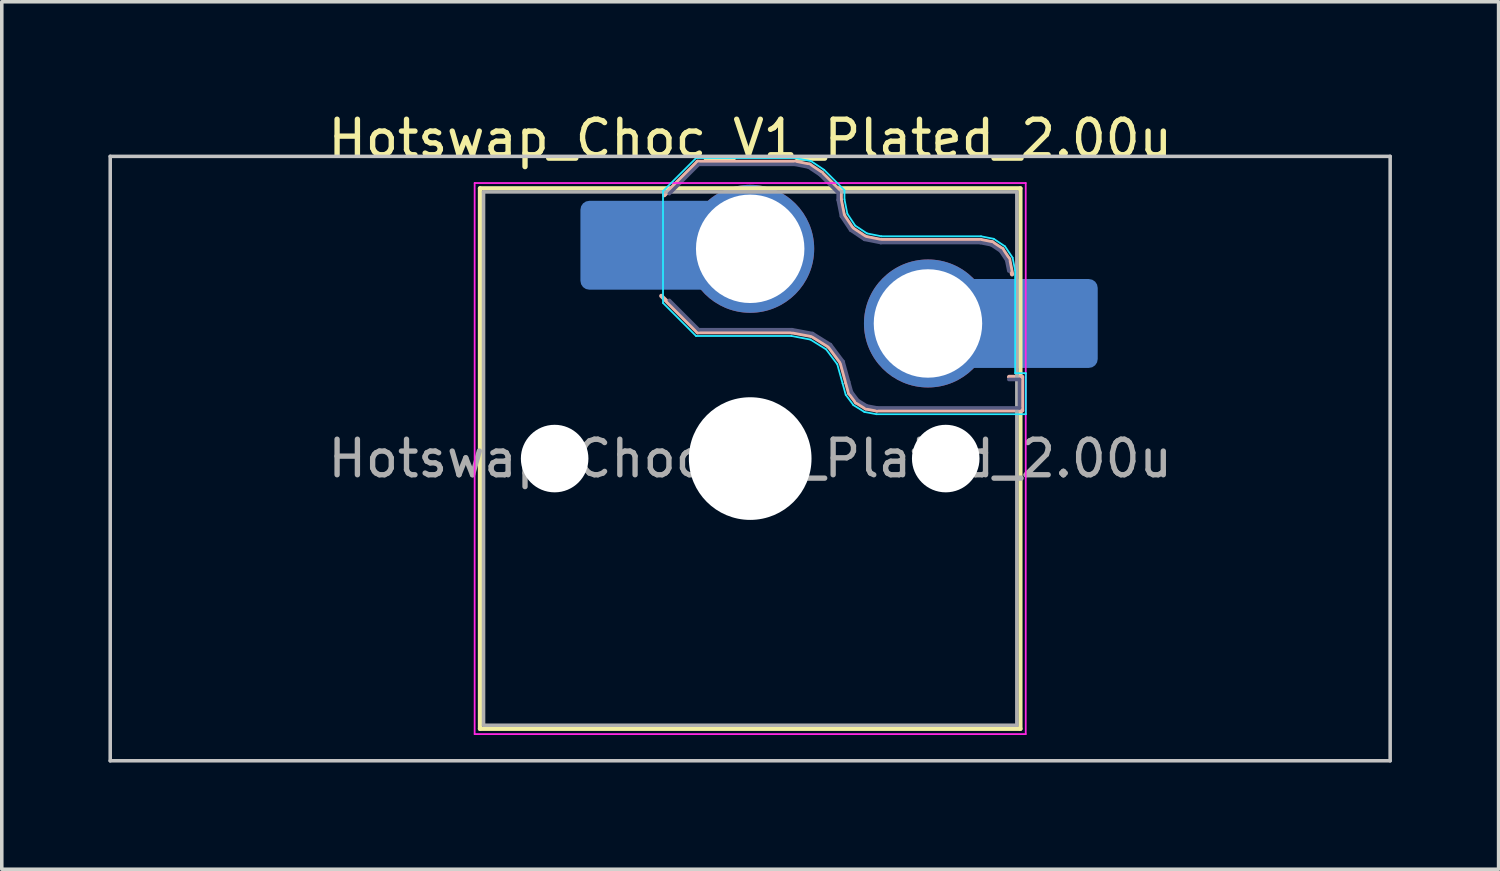
<source format=kicad_pcb>
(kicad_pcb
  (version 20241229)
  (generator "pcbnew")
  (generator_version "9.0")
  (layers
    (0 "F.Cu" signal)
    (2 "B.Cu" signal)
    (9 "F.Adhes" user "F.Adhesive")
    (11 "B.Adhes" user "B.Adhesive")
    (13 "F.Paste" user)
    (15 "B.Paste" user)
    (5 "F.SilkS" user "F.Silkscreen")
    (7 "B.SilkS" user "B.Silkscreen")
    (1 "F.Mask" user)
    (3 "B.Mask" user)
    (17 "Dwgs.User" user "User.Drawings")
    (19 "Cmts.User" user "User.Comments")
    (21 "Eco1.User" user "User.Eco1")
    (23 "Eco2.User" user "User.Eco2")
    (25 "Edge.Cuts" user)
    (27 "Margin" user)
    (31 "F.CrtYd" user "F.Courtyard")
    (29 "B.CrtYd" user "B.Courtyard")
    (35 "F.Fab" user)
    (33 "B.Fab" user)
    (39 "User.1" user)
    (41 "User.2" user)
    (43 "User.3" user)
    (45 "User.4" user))
  (footprint "Hotswap_Choc_V1_Plated_2.00u"
    (layer "F.Cu")
    (at 18.05 9.848)
    (property "Reference" "Hotswap_Choc_V1_Plated_2.00u" (at 0 -9 0) (layer "F.SilkS") (effects (font (size 1 1) (thickness 0.15))))
    (attr smd allow_soldermask_bridges)
    (fp_line (start -7.6 -7.6) (end -7.6 7.6) (stroke (width 0.12) (type solid)) (layer "F.SilkS"))
    (fp_line (start -7.6 7.6) (end 7.6 7.6) (stroke (width 0.12) (type solid)) (layer "F.SilkS"))
    (fp_line (start 7.6 -7.6) (end -7.6 -7.6) (stroke (width 0.12) (type solid)) (layer "F.SilkS"))
    (fp_line (start 7.6 7.6) (end 7.6 -7.6) (stroke (width 0.12) (type solid)) (layer "F.SilkS"))
    (fp_line (start -2.416 -7.409) (end -1.479 -8.346) (stroke (width 0.12) (type solid)) (layer "B.SilkS"))
    (fp_line (start -1.479 -8.346) (end 1.268 -8.346) (stroke (width 0.12) (type solid)) (layer "B.SilkS"))
    (fp_line (start -1.479 -3.554) (end -2.5 -4.575) (stroke (width 0.12) (type solid)) (layer "B.SilkS"))
    (fp_line (start 1.168 -3.554) (end -1.479 -3.554) (stroke (width 0.12) (type solid)) (layer "B.SilkS"))
    (fp_line (start 1.268 -8.346) (end 1.671 -8.266) (stroke (width 0.12) (type solid)) (layer "B.SilkS"))
    (fp_line (start 1.671 -8.266) (end 2.013 -8.037) (stroke (width 0.12) (type solid)) (layer "B.SilkS"))
    (fp_line (start 1.73 -3.449) (end 1.168 -3.554) (stroke (width 0.12) (type solid)) (layer "B.SilkS"))
    (fp_line (start 2.013 -8.037) (end 2.546 -7.504) (stroke (width 0.12) (type solid)) (layer "B.SilkS"))
    (fp_line (start 2.209 -3.15) (end 1.73 -3.449) (stroke (width 0.12) (type solid)) (layer "B.SilkS"))
    (fp_line (start 2.546 -7.504) (end 2.546 -7.282) (stroke (width 0.12) (type solid)) (layer "B.SilkS"))
    (fp_line (start 2.546 -7.282) (end 2.633 -6.844) (stroke (width 0.12) (type solid)) (layer "B.SilkS"))
    (fp_line (start 2.547 -2.697) (end 2.209 -3.15) (stroke (width 0.12) (type solid)) (layer "B.SilkS"))
    (fp_line (start 2.633 -6.844) (end 2.877 -6.477) (stroke (width 0.12) (type solid)) (layer "B.SilkS"))
    (fp_line (start 2.701 -2.139) (end 2.547 -2.697) (stroke (width 0.12) (type solid)) (layer "B.SilkS"))
    (fp_line (start 2.783 -1.841) (end 2.701 -2.139) (stroke (width 0.12) (type solid)) (layer "B.SilkS"))
    (fp_line (start 2.877 -6.477) (end 3.244 -6.233) (stroke (width 0.12) (type solid)) (layer "B.SilkS"))
    (fp_line (start 2.976 -1.583) (end 2.783 -1.841) (stroke (width 0.12) (type solid)) (layer "B.SilkS"))
    (fp_line (start 3.244 -6.233) (end 3.682 -6.146) (stroke (width 0.12) (type solid)) (layer "B.SilkS"))
    (fp_line (start 3.25 -1.413) (end 2.976 -1.583) (stroke (width 0.12) (type solid)) (layer "B.SilkS"))
    (fp_line (start 3.56 -1.354) (end 3.25 -1.413) (stroke (width 0.12) (type solid)) (layer "B.SilkS"))
    (fp_line (start 3.682 -6.146) (end 6.482 -6.146) (stroke (width 0.12) (type solid)) (layer "B.SilkS"))
    (fp_line (start 6.482 -6.146) (end 6.809 -6.081) (stroke (width 0.12) (type solid)) (layer "B.SilkS"))
    (fp_line (start 6.809 -6.081) (end 7.092 -5.892) (stroke (width 0.12) (type solid)) (layer "B.SilkS"))
    (fp_line (start 7.092 -5.892) (end 7.281 -5.609) (stroke (width 0.12) (type solid)) (layer "B.SilkS"))
    (fp_line (start 7.281 -5.609) (end 7.366 -5.182) (stroke (width 0.12) (type solid)) (layer "B.SilkS"))
    (fp_line (start 7.283 -2.296) (end 7.646 -2.296) (stroke (width 0.12) (type solid)) (layer "B.SilkS"))
    (fp_line (start 7.646 -2.296) (end 7.646 -1.354) (stroke (width 0.12) (type solid)) (layer "B.SilkS"))
    (fp_line (start 7.646 -1.354) (end 3.56 -1.354) (stroke (width 0.12) (type solid)) (layer "B.SilkS"))
    (fp_line (start -18 -8.5) (end -18 8.5) (stroke (width 0.1) (type solid)) (layer "Dwgs.User"))
    (fp_line (start -18 8.5) (end 18 8.5) (stroke (width 0.1) (type solid)) (layer "Dwgs.User"))
    (fp_line (start 18 -8.5) (end -18 -8.5) (stroke (width 0.1) (type solid)) (layer "Dwgs.User"))
    (fp_line (start 18 8.5) (end 18 -8.5) (stroke (width 0.1) (type solid)) (layer "Dwgs.User"))
    (fp_line (start -7.25 -7.25) (end -7.25 7.25) (stroke (width 0.1) (type solid)) (layer "Eco1.User"))
    (fp_line (start -7.25 7.25) (end 7.25 7.25) (stroke (width 0.1) (type solid)) (layer "Eco1.User"))
    (fp_line (start 7.25 -7.25) (end -7.25 -7.25) (stroke (width 0.1) (type solid)) (layer "Eco1.User"))
    (fp_line (start 7.25 7.25) (end 7.25 -7.25) (stroke (width 0.1) (type solid)) (layer "Eco1.User"))
    (fp_line (start -2.452 -7.523) (end -1.523 -8.452) (stroke (width 0.05) (type solid)) (layer "B.CrtYd"))
    (fp_line (start -2.452 -4.377) (end -2.452 -7.523) (stroke (width 0.05) (type solid)) (layer "B.CrtYd"))
    (fp_line (start -1.523 -8.452) (end 1.278 -8.452) (stroke (width 0.05) (type solid)) (layer "B.CrtYd"))
    (fp_line (start -1.523 -3.448) (end -2.452 -4.377) (stroke (width 0.05) (type solid)) (layer "B.CrtYd"))
    (fp_line (start 1.159 -3.448) (end -1.523 -3.448) (stroke (width 0.05) (type solid)) (layer "B.CrtYd"))
    (fp_line (start 1.278 -8.452) (end 1.712 -8.366) (stroke (width 0.05) (type solid)) (layer "B.CrtYd"))
    (fp_line (start 1.691 -3.348) (end 1.159 -3.448) (stroke (width 0.05) (type solid)) (layer "B.CrtYd"))
    (fp_line (start 1.712 -8.366) (end 2.081 -8.119) (stroke (width 0.05) (type solid)) (layer "B.CrtYd"))
    (fp_line (start 2.081 -8.119) (end 2.652 -7.548) (stroke (width 0.05) (type solid)) (layer "B.CrtYd"))
    (fp_line (start 2.136 -3.071) (end 1.691 -3.348) (stroke (width 0.05) (type solid)) (layer "B.CrtYd"))
    (fp_line (start 2.45 -2.65) (end 2.136 -3.071) (stroke (width 0.05) (type solid)) (layer "B.CrtYd"))
    (fp_line (start 2.599 -2.111) (end 2.45 -2.65) (stroke (width 0.05) (type solid)) (layer "B.CrtYd"))
    (fp_line (start 2.652 -7.548) (end 2.652 -7.292) (stroke (width 0.05) (type solid)) (layer "B.CrtYd"))
    (fp_line (start 2.652 -7.292) (end 2.733 -6.885) (stroke (width 0.05) (type solid)) (layer "B.CrtYd"))
    (fp_line (start 2.687 -1.794) (end 2.599 -2.111) (stroke (width 0.05) (type solid)) (layer "B.CrtYd"))
    (fp_line (start 2.733 -6.885) (end 2.953 -6.553) (stroke (width 0.05) (type solid)) (layer "B.CrtYd"))
    (fp_line (start 2.903 -1.503) (end 2.687 -1.794) (stroke (width 0.05) (type solid)) (layer "B.CrtYd"))
    (fp_line (start 2.953 -6.553) (end 3.285 -6.333) (stroke (width 0.05) (type solid)) (layer "B.CrtYd"))
    (fp_line (start 3.211 -1.312) (end 2.903 -1.503) (stroke (width 0.05) (type solid)) (layer "B.CrtYd"))
    (fp_line (start 3.285 -6.333) (end 3.692 -6.252) (stroke (width 0.05) (type solid)) (layer "B.CrtYd"))
    (fp_line (start 3.55 -1.248) (end 3.211 -1.312) (stroke (width 0.05) (type solid)) (layer "B.CrtYd"))
    (fp_line (start 3.692 -6.252) (end 6.492 -6.252) (stroke (width 0.05) (type solid)) (layer "B.CrtYd"))
    (fp_line (start 6.492 -6.252) (end 6.85 -6.181) (stroke (width 0.05) (type solid)) (layer "B.CrtYd"))
    (fp_line (start 6.85 -6.181) (end 7.168 -5.968) (stroke (width 0.05) (type solid)) (layer "B.CrtYd"))
    (fp_line (start 7.168 -5.968) (end 7.381 -5.65) (stroke (width 0.05) (type solid)) (layer "B.CrtYd"))
    (fp_line (start 7.381 -5.65) (end 7.452 -5.292) (stroke (width 0.05) (type solid)) (layer "B.CrtYd"))
    (fp_line (start 7.452 -5.292) (end 7.452 -2.402) (stroke (width 0.05) (type solid)) (layer "B.CrtYd"))
    (fp_line (start 7.452 -2.402) (end 7.752 -2.402) (stroke (width 0.05) (type solid)) (layer "B.CrtYd"))
    (fp_line (start 7.752 -2.402) (end 7.752 -1.248) (stroke (width 0.05) (type solid)) (layer "B.CrtYd"))
    (fp_line (start 7.752 -1.248) (end 3.55 -1.248) (stroke (width 0.05) (type solid)) (layer "B.CrtYd"))
    (fp_line (start -7.75 -7.75) (end -7.75 7.75) (stroke (width 0.05) (type solid)) (layer "F.CrtYd"))
    (fp_line (start -7.75 7.75) (end 7.75 7.75) (stroke (width 0.05) (type solid)) (layer "F.CrtYd"))
    (fp_line (start 7.75 -7.75) (end -7.75 -7.75) (stroke (width 0.05) (type solid)) (layer "F.CrtYd"))
    (fp_line (start 7.75 7.75) (end 7.75 -7.75) (stroke (width 0.05) (type solid)) (layer "F.CrtYd"))
    (fp_line (start -2.275 -7.45) (end -1.45 -8.275) (stroke (width 0.1) (type solid)) (layer "B.Fab"))
    (fp_line (start -1.45 -8.275) (end 1.261 -8.275) (stroke (width 0.1) (type solid)) (layer "B.Fab"))
    (fp_line (start -1.45 -3.625) (end -2.275 -4.45) (stroke (width 0.1) (type solid)) (layer "B.Fab"))
    (fp_line (start 1.175 -3.625) (end -1.45 -3.625) (stroke (width 0.1) (type solid)) (layer "B.Fab"))
    (fp_line (start 1.261 -8.275) (end 1.643 -8.199) (stroke (width 0.1) (type solid)) (layer "B.Fab"))
    (fp_line (start 1.643 -8.199) (end 1.968 -7.982) (stroke (width 0.1) (type solid)) (layer "B.Fab"))
    (fp_line (start 1.756 -3.516) (end 1.175 -3.625) (stroke (width 0.1) (type solid)) (layer "B.Fab"))
    (fp_line (start 1.968 -7.982) (end 2.475 -7.475) (stroke (width 0.1) (type solid)) (layer "B.Fab"))
    (fp_line (start 2.258 -3.203) (end 1.756 -3.516) (stroke (width 0.1) (type solid)) (layer "B.Fab"))
    (fp_line (start 2.475 -7.475) (end 2.475 -7.275) (stroke (width 0.1) (type solid)) (layer "B.Fab"))
    (fp_line (start 2.475 -7.275) (end 2.566 -6.816) (stroke (width 0.1) (type solid)) (layer "B.Fab"))
    (fp_line (start 2.566 -6.816) (end 2.826 -6.426) (stroke (width 0.1) (type solid)) (layer "B.Fab"))
    (fp_line (start 2.612 -2.729) (end 2.258 -3.203) (stroke (width 0.1) (type solid)) (layer "B.Fab"))
    (fp_line (start 2.769 -2.158) (end 2.612 -2.729) (stroke (width 0.1) (type solid)) (layer "B.Fab"))
    (fp_line (start 2.826 -6.426) (end 3.216 -6.166) (stroke (width 0.1) (type solid)) (layer "B.Fab"))
    (fp_line (start 2.848 -1.873) (end 2.769 -2.158) (stroke (width 0.1) (type solid)) (layer "B.Fab"))
    (fp_line (start 3.025 -1.636) (end 2.848 -1.873) (stroke (width 0.1) (type solid)) (layer "B.Fab"))
    (fp_line (start 3.216 -6.166) (end 3.675 -6.075) (stroke (width 0.1) (type solid)) (layer "B.Fab"))
    (fp_line (start 3.276 -1.48) (end 3.025 -1.636) (stroke (width 0.1) (type solid)) (layer "B.Fab"))
    (fp_line (start 3.567 -1.425) (end 3.276 -1.48) (stroke (width 0.1) (type solid)) (layer "B.Fab"))
    (fp_line (start 3.675 -6.075) (end 6.475 -6.075) (stroke (width 0.1) (type solid)) (layer "B.Fab"))
    (fp_line (start 6.475 -6.075) (end 6.781 -6.014) (stroke (width 0.1) (type solid)) (layer "B.Fab"))
    (fp_line (start 6.781 -6.014) (end 7.041 -5.841) (stroke (width 0.1) (type solid)) (layer "B.Fab"))
    (fp_line (start 7.041 -5.841) (end 7.214 -5.581) (stroke (width 0.1) (type solid)) (layer "B.Fab"))
    (fp_line (start 7.214 -5.581) (end 7.275 -5.275) (stroke (width 0.1) (type solid)) (layer "B.Fab"))
    (fp_line (start 7.275 -2.225) (end 7.575 -2.225) (stroke (width 0.1) (type solid)) (layer "B.Fab"))
    (fp_line (start 7.575 -2.225) (end 7.575 -1.425) (stroke (width 0.1) (type solid)) (layer "B.Fab"))
    (fp_line (start 7.575 -1.425) (end 3.567 -1.425) (stroke (width 0.1) (type solid)) (layer "B.Fab"))
    (fp_line (start -7.5 -7.5) (end -7.5 7.5) (stroke (width 0.1) (type solid)) (layer "F.Fab"))
    (fp_line (start -7.5 7.5) (end 7.5 7.5) (stroke (width 0.1) (type solid)) (layer "F.Fab"))
    (fp_line (start 7.5 -7.5) (end -7.5 -7.5) (stroke (width 0.1) (type solid)) (layer "F.Fab"))
    (fp_line (start 7.5 7.5) (end 7.5 -7.5) (stroke (width 0.1) (type solid)) (layer "F.Fab"))
    (fp_text user "${REFERENCE}" (at 0 0 0) (layer "F.Fab") (effects (font (size 1 1) (thickness 0.15))))
    (pad "" np_thru_hole circle (at -5.5 0) (size 1.9 1.9) (drill 1.9) (layers "*.Cu" "*.Mask"))
    (pad "" smd roundrect (at -3.5 -6) (size 2.55 2.5) (layers "B.Mask" "B.Paste") (roundrect_rratio 0.1))
    (pad "" np_thru_hole circle (at 0 0) (size 3.45 3.45) (drill 3.45) (layers "*.Cu" "*.Mask"))
    (pad "" np_thru_hole circle (at 5.5 0) (size 1.9 1.9) (drill 1.9) (layers "*.Cu" "*.Mask"))
    (pad "" smd roundrect (at 8.5 -3.8) (size 2.55 2.5) (layers "B.Mask" "B.Paste") (roundrect_rratio 0.1))
    (pad "1" smd roundrect (at -2.85 -6) (size 3.85 2.5) (layers "B.Cu") (roundrect_rratio 0.1))
    (pad "1" thru_hole circle (at 0 -5.9) (size 3.6 3.6) (drill 3.05) (layers "*.Cu" "*.Mask"))
    (pad "2" thru_hole circle (at 5 -3.8) (size 3.6 3.6) (drill 3.05) (layers "*.Cu" "*.Mask"))
    (pad "2" smd roundrect (at 7.85 -3.8) (size 3.85 2.5) (layers "B.Cu") (roundrect_rratio 0.1)))
  (gr_rect
    (start -3 -3)
    (end 39.1 21.398)
    (stroke (width 0.1) (type default))
    (fill no)
    (layer "Edge.Cuts")))
</source>
